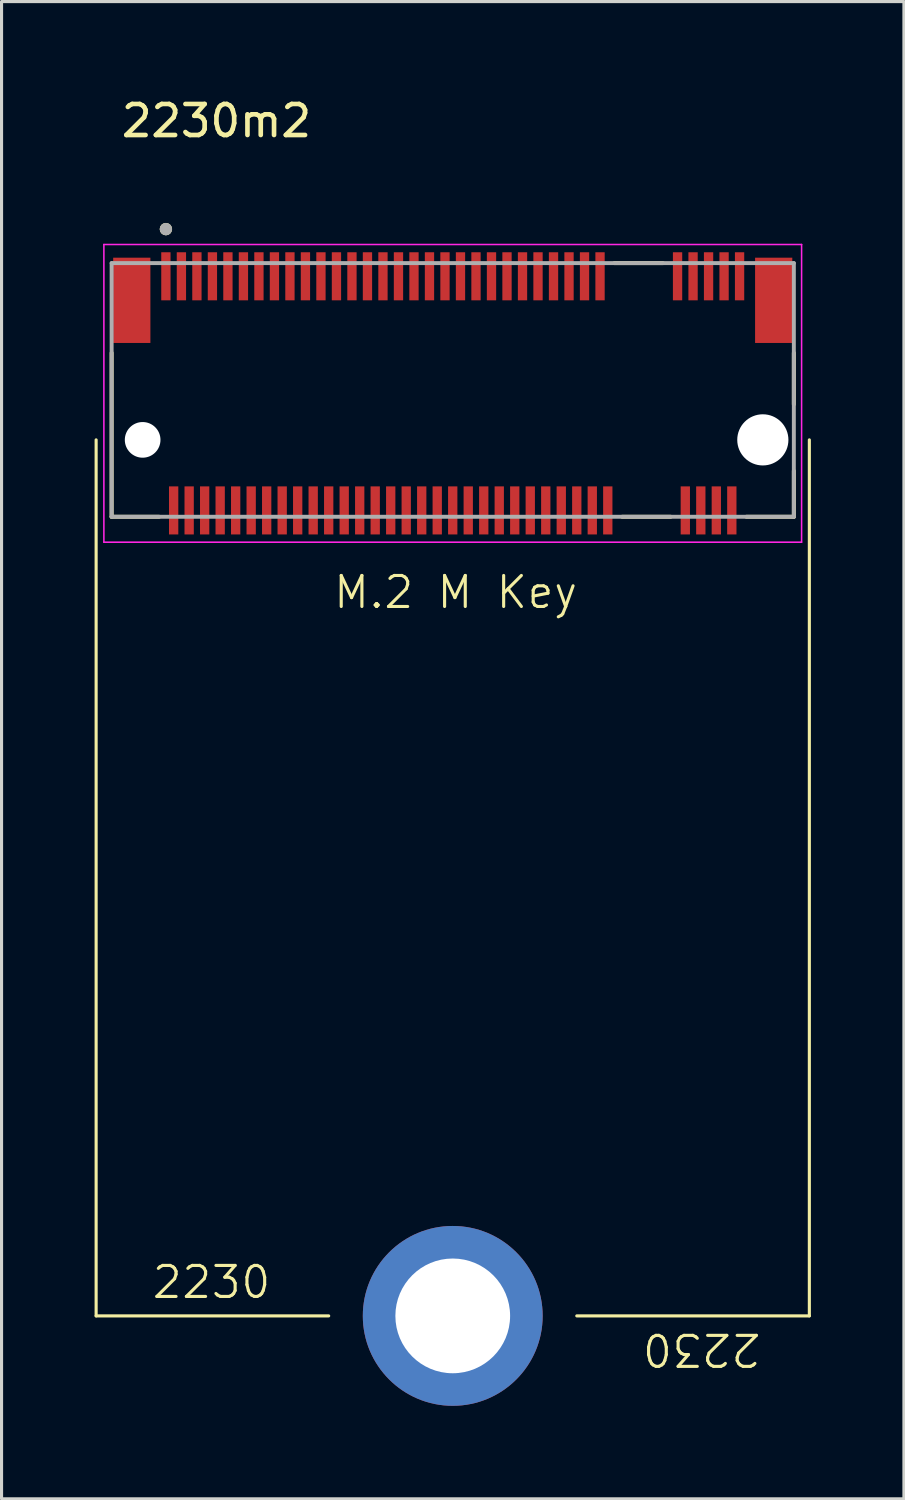
<source format=kicad_pcb>
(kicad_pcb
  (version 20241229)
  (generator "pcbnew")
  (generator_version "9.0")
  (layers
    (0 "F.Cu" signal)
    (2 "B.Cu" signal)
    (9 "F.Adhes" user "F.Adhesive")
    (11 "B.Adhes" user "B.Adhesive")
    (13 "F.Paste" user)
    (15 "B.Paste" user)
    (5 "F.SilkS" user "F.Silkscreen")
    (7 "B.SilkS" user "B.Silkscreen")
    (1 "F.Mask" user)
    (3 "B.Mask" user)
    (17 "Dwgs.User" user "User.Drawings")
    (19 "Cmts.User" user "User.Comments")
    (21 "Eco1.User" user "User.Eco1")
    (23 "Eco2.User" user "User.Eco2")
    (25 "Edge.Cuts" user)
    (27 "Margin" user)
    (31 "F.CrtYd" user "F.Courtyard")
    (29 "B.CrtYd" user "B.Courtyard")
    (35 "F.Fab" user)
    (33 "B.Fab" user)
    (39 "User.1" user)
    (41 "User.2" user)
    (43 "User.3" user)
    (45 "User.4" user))
  (footprint "2230m2"
    (layer "F.Cu")
    (at 11.55 11.135)
    (property "Reference" "2230m2" (at -7.62 -10.287 0) (layer "F.SilkS") (effects (font (size 1 1) (thickness 0.15))))
    (fp_line (start -11.5 0) (end -11.5 28.25) (stroke (width 0.1) (type solid)) (layer "F.SilkS"))
    (fp_line (start -11.5 28.25) (end -4 28.25) (stroke (width 0.1) (type default)) (layer "F.SilkS"))
    (fp_line (start -11 2.48) (end -11 -2.805) (stroke (width 0.127) (type solid)) (layer "F.SilkS"))
    (fp_line (start -9.47 2.48) (end -11 2.48) (stroke (width 0.127) (type solid)) (layer "F.SilkS"))
    (fp_line (start 4 28.25) (end 11.5 28.25) (stroke (width 0.1) (type default)) (layer "F.SilkS"))
    (fp_line (start 5.213 -5.7) (end 6.777 -5.7) (stroke (width 0.127) (type solid)) (layer "F.SilkS"))
    (fp_line (start 5.463 2.48) (end 7.027 2.48) (stroke (width 0.127) (type solid)) (layer "F.SilkS"))
    (fp_line (start 11 -2.805) (end 11 -1.145) (stroke (width 0.127) (type solid)) (layer "F.SilkS"))
    (fp_line (start 11 2.48) (end 9.47 2.48) (stroke (width 0.127) (type solid)) (layer "F.SilkS"))
    (fp_line (start 11 2.48) (end 11 1) (stroke (width 0.127) (type solid)) (layer "F.SilkS"))
    (fp_line (start 11.5 28.25) (end 11.5 0) (stroke (width 0.1) (type solid)) (layer "F.SilkS"))
    (fp_circle (center -9.25 -6.796) (end -9.15 -6.796) (stroke (width 0.2) (type solid)) (fill no) (layer "F.SilkS"))
    (fp_line (start -11.25 -6.3) (end -11.25 3.3) (stroke (width 0.05) (type solid)) (layer "F.CrtYd"))
    (fp_line (start -11.25 3.3) (end 11.25 3.3) (stroke (width 0.05) (type solid)) (layer "F.CrtYd"))
    (fp_line (start 11.25 -6.3) (end -11.25 -6.3) (stroke (width 0.05) (type solid)) (layer "F.CrtYd"))
    (fp_line (start 11.25 3.3) (end 11.25 -6.3) (stroke (width 0.05) (type solid)) (layer "F.CrtYd"))
    (fp_line (start -11 -5.7) (end 11 -5.7) (stroke (width 0.127) (type solid)) (layer "F.Fab"))
    (fp_line (start -11 2.48) (end -11 -5.7) (stroke (width 0.127) (type solid)) (layer "F.Fab"))
    (fp_line (start 11 -5.7) (end 11 2.48) (stroke (width 0.127) (type solid)) (layer "F.Fab"))
    (fp_line (start 11 2.48) (end -11 2.48) (stroke (width 0.127) (type solid)) (layer "F.Fab"))
    (fp_circle (center -9.25 -6.796) (end -9.15 -6.796) (stroke (width 0.2) (type solid)) (fill no) (layer "F.Fab"))
    (fp_text user "2230" (at -9.75 27.75 0) (unlocked yes) (layer "F.SilkS") (effects (font (size 1 1) (thickness 0.1)) (justify left bottom)))
    (fp_text user "M.2 M Key" (at -3.9 5.5 0) (unlocked yes) (layer "F.SilkS") (effects (font (size 1 1) (thickness 0.1)) (justify left bottom)))
    (fp_text user "2230" (at 10 28.75 180) (unlocked yes) (layer "F.SilkS") (effects (font (size 1 1) (thickness 0.1)) (justify left bottom)))
    (pad "" np_thru_hole circle (at -10 0) (size 1.15 1.15) (drill 1.15) (layers "*.Cu" "*.Mask"))
    (pad "" np_thru_hole circle (at 10 0) (size 1.65 1.65) (drill 1.65) (layers "*.Cu" "*.Mask"))
    (pad "1" smd rect (at -9.25 -5.275) (size 0.3 1.55) (layers "F.Cu" "F.Mask" "F.Paste"))
    (pad "2" smd rect (at -9 2.275) (size 0.3 1.55) (layers "F.Cu" "F.Mask" "F.Paste"))
    (pad "3" smd rect (at -8.75 -5.275) (size 0.3 1.55) (layers "F.Cu" "F.Mask" "F.Paste"))
    (pad "4" smd rect (at -8.5 2.275) (size 0.3 1.55) (layers "F.Cu" "F.Mask" "F.Paste"))
    (pad "5" smd rect (at -8.25 -5.275) (size 0.3 1.55) (layers "F.Cu" "F.Mask" "F.Paste"))
    (pad "6" smd rect (at -8 2.275) (size 0.3 1.55) (layers "F.Cu" "F.Mask" "F.Paste"))
    (pad "7" smd rect (at -7.75 -5.275) (size 0.3 1.55) (layers "F.Cu" "F.Mask" "F.Paste"))
    (pad "8" smd rect (at -7.5 2.275) (size 0.3 1.55) (layers "F.Cu" "F.Mask" "F.Paste"))
    (pad "9" smd rect (at -7.25 -5.275) (size 0.3 1.55) (layers "F.Cu" "F.Mask" "F.Paste"))
    (pad "10" smd rect (at -7 2.275) (size 0.3 1.55) (layers "F.Cu" "F.Mask" "F.Paste"))
    (pad "11" smd rect (at -6.75 -5.275) (size 0.3 1.55) (layers "F.Cu" "F.Mask" "F.Paste"))
    (pad "12" smd rect (at -6.5 2.275) (size 0.3 1.55) (layers "F.Cu" "F.Mask" "F.Paste"))
    (pad "13" smd rect (at -6.25 -5.275) (size 0.3 1.55) (layers "F.Cu" "F.Mask" "F.Paste"))
    (pad "14" smd rect (at -6 2.275) (size 0.3 1.55) (layers "F.Cu" "F.Mask" "F.Paste"))
    (pad "15" smd rect (at -5.75 -5.275) (size 0.3 1.55) (layers "F.Cu" "F.Mask" "F.Paste"))
    (pad "16" smd rect (at -5.5 2.275) (size 0.3 1.55) (layers "F.Cu" "F.Mask" "F.Paste"))
    (pad "17" smd rect (at -5.25 -5.275) (size 0.3 1.55) (layers "F.Cu" "F.Mask" "F.Paste"))
    (pad "18" smd rect (at -5 2.275) (size 0.3 1.55) (layers "F.Cu" "F.Mask" "F.Paste"))
    (pad "19" smd rect (at -4.75 -5.275) (size 0.3 1.55) (layers "F.Cu" "F.Mask" "F.Paste"))
    (pad "20" smd rect (at -4.5 2.275) (size 0.3 1.55) (layers "F.Cu" "F.Mask" "F.Paste"))
    (pad "21" smd rect (at -4.25 -5.275) (size 0.3 1.55) (layers "F.Cu" "F.Mask" "F.Paste"))
    (pad "22" smd rect (at -4 2.275) (size 0.3 1.55) (layers "F.Cu" "F.Mask" "F.Paste"))
    (pad "23" smd rect (at -3.75 -5.275) (size 0.3 1.55) (layers "F.Cu" "F.Mask" "F.Paste"))
    (pad "24" smd rect (at -3.5 2.275) (size 0.3 1.55) (layers "F.Cu" "F.Mask" "F.Paste"))
    (pad "25" smd rect (at -3.25 -5.275) (size 0.3 1.55) (layers "F.Cu" "F.Mask" "F.Paste"))
    (pad "26" smd rect (at -3 2.275) (size 0.3 1.55) (layers "F.Cu" "F.Mask" "F.Paste"))
    (pad "27" smd rect (at -2.75 -5.275) (size 0.3 1.55) (layers "F.Cu" "F.Mask" "F.Paste"))
    (pad "28" smd rect (at -2.5 2.275) (size 0.3 1.55) (layers "F.Cu" "F.Mask" "F.Paste"))
    (pad "29" smd rect (at -2.25 -5.275) (size 0.3 1.55) (layers "F.Cu" "F.Mask" "F.Paste"))
    (pad "30" smd rect (at -2 2.275) (size 0.3 1.55) (layers "F.Cu" "F.Mask" "F.Paste"))
    (pad "31" smd rect (at -1.75 -5.275) (size 0.3 1.55) (layers "F.Cu" "F.Mask" "F.Paste"))
    (pad "32" smd rect (at -1.5 2.275) (size 0.3 1.55) (layers "F.Cu" "F.Mask" "F.Paste"))
    (pad "33" smd rect (at -1.25 -5.275) (size 0.3 1.55) (layers "F.Cu" "F.Mask" "F.Paste"))
    (pad "34" smd rect (at -1 2.275) (size 0.3 1.55) (layers "F.Cu" "F.Mask" "F.Paste"))
    (pad "35" smd rect (at -0.75 -5.275) (size 0.3 1.55) (layers "F.Cu" "F.Mask" "F.Paste"))
    (pad "36" smd rect (at -0.5 2.275) (size 0.3 1.55) (layers "F.Cu" "F.Mask" "F.Paste"))
    (pad "37" smd rect (at -0.25 -5.275) (size 0.3 1.55) (layers "F.Cu" "F.Mask" "F.Paste"))
    (pad "38" smd rect (at 0 2.275) (size 0.3 1.55) (layers "F.Cu" "F.Mask" "F.Paste"))
    (pad "39" smd rect (at 0.25 -5.275) (size 0.3 1.55) (layers "F.Cu" "F.Mask" "F.Paste"))
    (pad "40" smd rect (at 0.5 2.275) (size 0.3 1.55) (layers "F.Cu" "F.Mask" "F.Paste"))
    (pad "41" smd rect (at 0.75 -5.275) (size 0.3 1.55) (layers "F.Cu" "F.Mask" "F.Paste"))
    (pad "42" smd rect (at 1 2.275) (size 0.3 1.55) (layers "F.Cu" "F.Mask" "F.Paste"))
    (pad "43" smd rect (at 1.25 -5.275) (size 0.3 1.55) (layers "F.Cu" "F.Mask" "F.Paste"))
    (pad "44" smd rect (at 1.5 2.275) (size 0.3 1.55) (layers "F.Cu" "F.Mask" "F.Paste"))
    (pad "45" smd rect (at 1.75 -5.275) (size 0.3 1.55) (layers "F.Cu" "F.Mask" "F.Paste"))
    (pad "46" smd rect (at 2 2.275) (size 0.3 1.55) (layers "F.Cu" "F.Mask" "F.Paste"))
    (pad "47" smd rect (at 2.25 -5.275) (size 0.3 1.55) (layers "F.Cu" "F.Mask" "F.Paste"))
    (pad "48" smd rect (at 2.5 2.275) (size 0.3 1.55) (layers "F.Cu" "F.Mask" "F.Paste"))
    (pad "49" smd rect (at 2.75 -5.275) (size 0.3 1.55) (layers "F.Cu" "F.Mask" "F.Paste"))
    (pad "50" smd rect (at 3 2.275) (size 0.3 1.55) (layers "F.Cu" "F.Mask" "F.Paste"))
    (pad "51" smd rect (at 3.25 -5.275) (size 0.3 1.55) (layers "F.Cu" "F.Mask" "F.Paste"))
    (pad "52" smd rect (at 3.5 2.275) (size 0.3 1.55) (layers "F.Cu" "F.Mask" "F.Paste"))
    (pad "53" smd rect (at 3.75 -5.275) (size 0.3 1.55) (layers "F.Cu" "F.Mask" "F.Paste"))
    (pad "54" smd rect (at 4 2.275) (size 0.3 1.55) (layers "F.Cu" "F.Mask" "F.Paste"))
    (pad "55" smd rect (at 4.25 -5.275) (size 0.3 1.55) (layers "F.Cu" "F.Mask" "F.Paste"))
    (pad "56" smd rect (at 4.5 2.275) (size 0.3 1.55) (layers "F.Cu" "F.Mask" "F.Paste"))
    (pad "57" smd rect (at 4.75 -5.275) (size 0.3 1.55) (layers "F.Cu" "F.Mask" "F.Paste"))
    (pad "58" smd rect (at 5 2.275) (size 0.3 1.55) (layers "F.Cu" "F.Mask" "F.Paste"))
    (pad "67" smd rect (at 7.25 -5.275) (size 0.3 1.55) (layers "F.Cu" "F.Mask" "F.Paste"))
    (pad "68" smd rect (at 7.5 2.275) (size 0.3 1.55) (layers "F.Cu" "F.Mask" "F.Paste"))
    (pad "69" smd rect (at 7.75 -5.275) (size 0.3 1.55) (layers "F.Cu" "F.Mask" "F.Paste"))
    (pad "70" smd rect (at 8 2.275) (size 0.3 1.55) (layers "F.Cu" "F.Mask" "F.Paste"))
    (pad "71" smd rect (at 8.25 -5.275) (size 0.3 1.55) (layers "F.Cu" "F.Mask" "F.Paste"))
    (pad "72" smd rect (at 8.5 2.275) (size 0.3 1.55) (layers "F.Cu" "F.Mask" "F.Paste"))
    (pad "73" smd rect (at 8.75 -5.275) (size 0.3 1.55) (layers "F.Cu" "F.Mask" "F.Paste"))
    (pad "74" smd rect (at 9 2.275) (size 0.3 1.55) (layers "F.Cu" "F.Mask" "F.Paste"))
    (pad "75" smd rect (at 9.25 -5.275) (size 0.3 1.55) (layers "F.Cu" "F.Mask" "F.Paste"))
    (pad "M1" thru_hole circle (at 0 28.25) (size 5.8 5.8) (drill 3.7) (layers "*.Cu" "*.Mask"))
    (pad "S1" smd rect (at -10.35 -4.5) (size 1.2 2.75) (layers "F.Cu" "F.Mask" "F.Paste"))
    (pad "S2" smd rect (at 10.35 -4.5) (size 1.2 2.75) (layers "F.Cu" "F.Mask" "F.Paste")))
  (gr_rect
    (start -3 -3)
    (end 26.1 45.285)
    (stroke (width 0.1) (type default))
    (fill no)
    (layer "Edge.Cuts")))
</source>
